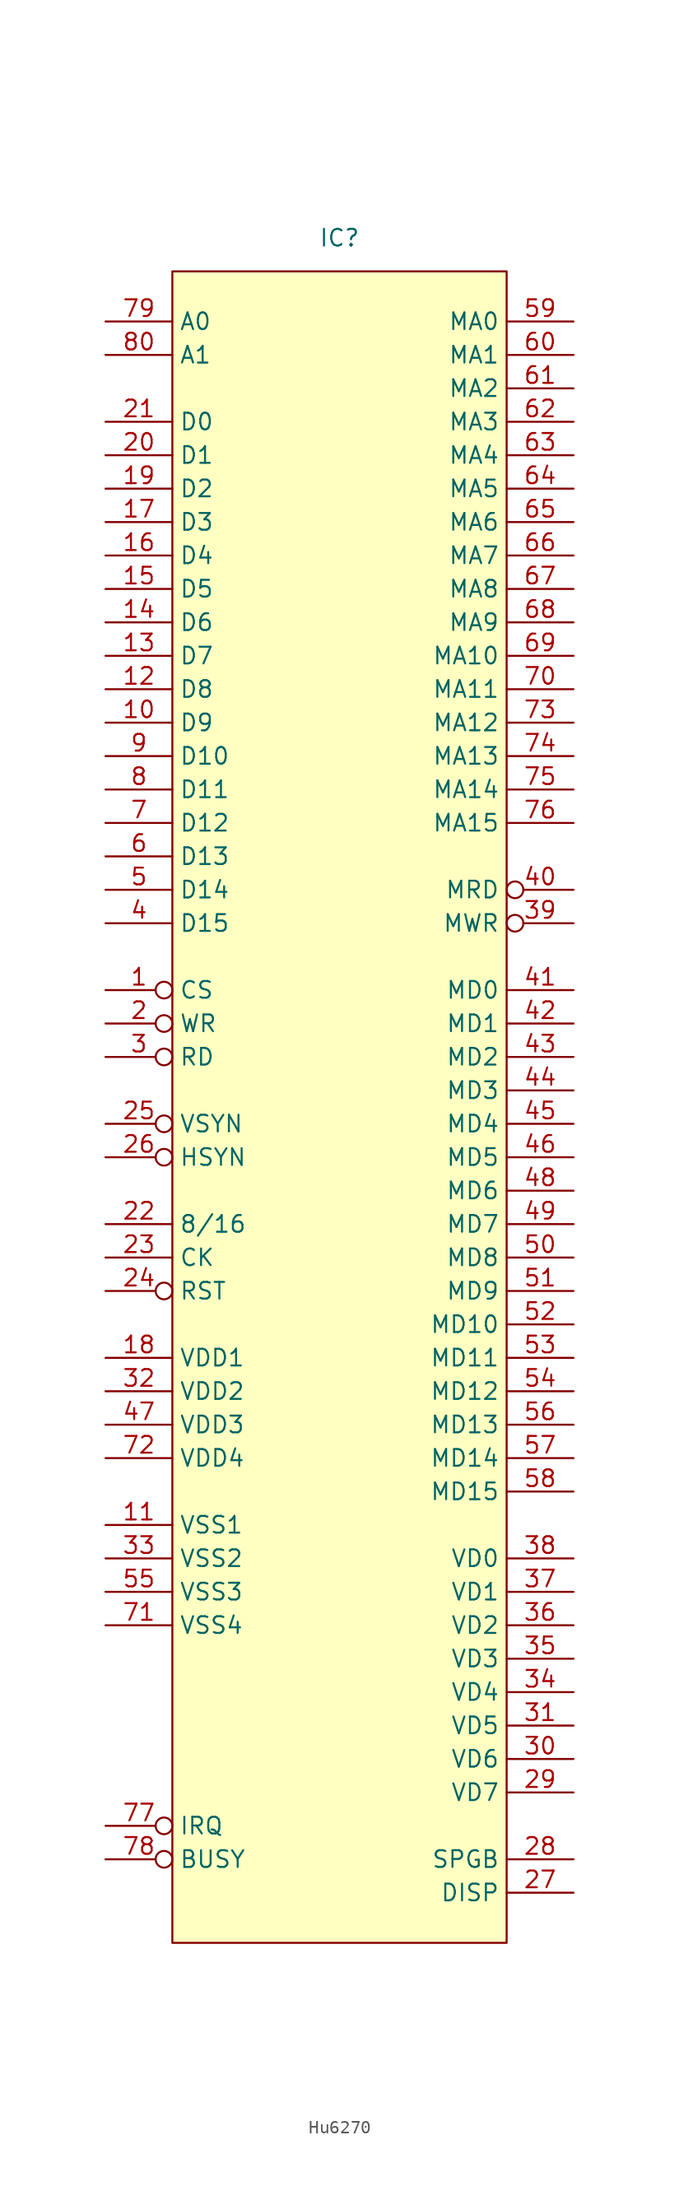
<source format=kicad_sym>
(kicad_symbol_lib
  (version 20220914)
  (generator kicad_symbol_editor)
  (symbol "Hu6270"
    (property "Reference" "IC"
      (at 0 62.23 0)
      (effects (font (size 1.27 1.27))))
    (property "Value" ""
      (at 0 7.62 0)
      (effects (font (size 1.27 1.27))))
    (symbol "Hu6270_1_1"
      (rectangle (start -12.7 59.69) (end 12.7 -67.31) (stroke (width 0) (type default)) (fill (type background)))
      (pin input inverted (at -17.78 5.08 0) (length 5.08) (name "CS" (effects (font (size 1.27 1.27)))) (number "1" (effects (font (size 1.27 1.27)))))
      (pin bidirectional line (at -17.78 25.4 0) (length 5.08) (name "D9" (effects (font (size 1.27 1.27)))) (number "10" (effects (font (size 1.27 1.27)))))
      (pin input line (at -17.78 -35.56 0) (length 5.08) (name "VSS1" (effects (font (size 1.27 1.27)))) (number "11" (effects (font (size 1.27 1.27)))))
      (pin bidirectional line (at -17.78 27.94 0) (length 5.08) (name "D8" (effects (font (size 1.27 1.27)))) (number "12" (effects (font (size 1.27 1.27)))))
      (pin bidirectional line (at -17.78 30.48 0) (length 5.08) (name "D7" (effects (font (size 1.27 1.27)))) (number "13" (effects (font (size 1.27 1.27)))))
      (pin bidirectional line (at -17.78 33.02 0) (length 5.08) (name "D6" (effects (font (size 1.27 1.27)))) (number "14" (effects (font (size 1.27 1.27)))))
      (pin bidirectional line (at -17.78 35.56 0) (length 5.08) (name "D5" (effects (font (size 1.27 1.27)))) (number "15" (effects (font (size 1.27 1.27)))))
      (pin bidirectional line (at -17.78 38.1 0) (length 5.08) (name "D4" (effects (font (size 1.27 1.27)))) (number "16" (effects (font (size 1.27 1.27)))))
      (pin bidirectional line (at -17.78 40.64 0) (length 5.08) (name "D3" (effects (font (size 1.27 1.27)))) (number "17" (effects (font (size 1.27 1.27)))))
      (pin power_in line (at -17.78 -22.86 0) (length 5.08) (name "VDD1" (effects (font (size 1.27 1.27)))) (number "18" (effects (font (size 1.27 1.27)))))
      (pin bidirectional line (at -17.78 43.18 0) (length 5.08) (name "D2" (effects (font (size 1.27 1.27)))) (number "19" (effects (font (size 1.27 1.27)))))
      (pin input inverted (at -17.78 2.54 0) (length 5.08) (name "WR" (effects (font (size 1.27 1.27)))) (number "2" (effects (font (size 1.27 1.27)))))
      (pin bidirectional line (at -17.78 45.72 0) (length 5.08) (name "D1" (effects (font (size 1.27 1.27)))) (number "20" (effects (font (size 1.27 1.27)))))
      (pin bidirectional line (at -17.78 48.26 0) (length 5.08) (name "D0" (effects (font (size 1.27 1.27)))) (number "21" (effects (font (size 1.27 1.27)))))
      (pin input line (at -17.78 -12.7 0) (length 5.08) (name "8/16" (effects (font (size 1.27 1.27)))) (number "22" (effects (font (size 1.27 1.27)))))
      (pin input line (at -17.78 -15.24 0) (length 5.08) (name "CK" (effects (font (size 1.27 1.27)))) (number "23" (effects (font (size 1.27 1.27)))))
      (pin input inverted (at -17.78 -17.78 0) (length 5.08) (name "RST" (effects (font (size 1.27 1.27)))) (number "24" (effects (font (size 1.27 1.27)))))
      (pin input inverted (at -17.78 -5.08 0) (length 5.08) (name "VSYN" (effects (font (size 1.27 1.27)))) (number "25" (effects (font (size 1.27 1.27)))))
      (pin input inverted (at -17.78 -7.62 0) (length 5.08) (name "HSYN" (effects (font (size 1.27 1.27)))) (number "26" (effects (font (size 1.27 1.27)))))
      (pin output line (at 17.78 -63.5 180) (length 5.08) (name "DISP" (effects (font (size 1.27 1.27)))) (number "27" (effects (font (size 1.27 1.27)))))
      (pin output line (at 17.78 -60.96 180) (length 5.08) (name "SPGB" (effects (font (size 1.27 1.27)))) (number "28" (effects (font (size 1.27 1.27)))))
      (pin bidirectional line (at 17.78 -55.88 180) (length 5.08) (name "VD7" (effects (font (size 1.27 1.27)))) (number "29" (effects (font (size 1.27 1.27)))))
      (pin input inverted (at -17.78 0 0) (length 5.08) (name "RD" (effects (font (size 1.27 1.27)))) (number "3" (effects (font (size 1.27 1.27)))))
      (pin bidirectional line (at 17.78 -53.34 180) (length 5.08) (name "VD6" (effects (font (size 1.27 1.27)))) (number "30" (effects (font (size 1.27 1.27)))))
      (pin bidirectional line (at 17.78 -50.8 180) (length 5.08) (name "VD5" (effects (font (size 1.27 1.27)))) (number "31" (effects (font (size 1.27 1.27)))))
      (pin power_in line (at -17.78 -25.4 0) (length 5.08) (name "VDD2" (effects (font (size 1.27 1.27)))) (number "32" (effects (font (size 1.27 1.27)))))
      (pin input line (at -17.78 -38.1 0) (length 5.08) (name "VSS2" (effects (font (size 1.27 1.27)))) (number "33" (effects (font (size 1.27 1.27)))))
      (pin bidirectional line (at 17.78 -48.26 180) (length 5.08) (name "VD4" (effects (font (size 1.27 1.27)))) (number "34" (effects (font (size 1.27 1.27)))))
      (pin bidirectional line (at 17.78 -45.72 180) (length 5.08) (name "VD3" (effects (font (size 1.27 1.27)))) (number "35" (effects (font (size 1.27 1.27)))))
      (pin bidirectional line (at 17.78 -43.18 180) (length 5.08) (name "VD2" (effects (font (size 1.27 1.27)))) (number "36" (effects (font (size 1.27 1.27)))))
      (pin bidirectional line (at 17.78 -40.64 180) (length 5.08) (name "VD1" (effects (font (size 1.27 1.27)))) (number "37" (effects (font (size 1.27 1.27)))))
      (pin bidirectional line (at 17.78 -38.1 180) (length 5.08) (name "VD0" (effects (font (size 1.27 1.27)))) (number "38" (effects (font (size 1.27 1.27)))))
      (pin output inverted (at 17.78 10.16 180) (length 5.08) (name "MWR" (effects (font (size 1.27 1.27)))) (number "39" (effects (font (size 1.27 1.27)))))
      (pin bidirectional line (at -17.78 10.16 0) (length 5.08) (name "D15" (effects (font (size 1.27 1.27)))) (number "4" (effects (font (size 1.27 1.27)))))
      (pin output inverted (at 17.78 12.7 180) (length 5.08) (name "MRD" (effects (font (size 1.27 1.27)))) (number "40" (effects (font (size 1.27 1.27)))))
      (pin bidirectional line (at 17.78 5.08 180) (length 5.08) (name "MD0" (effects (font (size 1.27 1.27)))) (number "41" (effects (font (size 1.27 1.27)))))
      (pin bidirectional line (at 17.78 2.54 180) (length 5.08) (name "MD1" (effects (font (size 1.27 1.27)))) (number "42" (effects (font (size 1.27 1.27)))))
      (pin bidirectional line (at 17.78 0 180) (length 5.08) (name "MD2" (effects (font (size 1.27 1.27)))) (number "43" (effects (font (size 1.27 1.27)))))
      (pin bidirectional line (at 17.78 -2.54 180) (length 5.08) (name "MD3" (effects (font (size 1.27 1.27)))) (number "44" (effects (font (size 1.27 1.27)))))
      (pin bidirectional line (at 17.78 -5.08 180) (length 5.08) (name "MD4" (effects (font (size 1.27 1.27)))) (number "45" (effects (font (size 1.27 1.27)))))
      (pin bidirectional line (at 17.78 -7.62 180) (length 5.08) (name "MD5" (effects (font (size 1.27 1.27)))) (number "46" (effects (font (size 1.27 1.27)))))
      (pin power_in line (at -17.78 -27.94 0) (length 5.08) (name "VDD3" (effects (font (size 1.27 1.27)))) (number "47" (effects (font (size 1.27 1.27)))))
      (pin bidirectional line (at 17.78 -10.16 180) (length 5.08) (name "MD6" (effects (font (size 1.27 1.27)))) (number "48" (effects (font (size 1.27 1.27)))))
      (pin bidirectional line (at 17.78 -12.7 180) (length 5.08) (name "MD7" (effects (font (size 1.27 1.27)))) (number "49" (effects (font (size 1.27 1.27)))))
      (pin bidirectional line (at -17.78 12.7 0) (length 5.08) (name "D14" (effects (font (size 1.27 1.27)))) (number "5" (effects (font (size 1.27 1.27)))))
      (pin bidirectional line (at 17.78 -15.24 180) (length 5.08) (name "MD8" (effects (font (size 1.27 1.27)))) (number "50" (effects (font (size 1.27 1.27)))))
      (pin bidirectional line (at 17.78 -17.78 180) (length 5.08) (name "MD9" (effects (font (size 1.27 1.27)))) (number "51" (effects (font (size 1.27 1.27)))))
      (pin bidirectional line (at 17.78 -20.32 180) (length 5.08) (name "MD10" (effects (font (size 1.27 1.27)))) (number "52" (effects (font (size 1.27 1.27)))))
      (pin bidirectional line (at 17.78 -22.86 180) (length 5.08) (name "MD11" (effects (font (size 1.27 1.27)))) (number "53" (effects (font (size 1.27 1.27)))))
      (pin bidirectional line (at 17.78 -25.4 180) (length 5.08) (name "MD12" (effects (font (size 1.27 1.27)))) (number "54" (effects (font (size 1.27 1.27)))))
      (pin input line (at -17.78 -40.64 0) (length 5.08) (name "VSS3" (effects (font (size 1.27 1.27)))) (number "55" (effects (font (size 1.27 1.27)))))
      (pin bidirectional line (at 17.78 -27.94 180) (length 5.08) (name "MD13" (effects (font (size 1.27 1.27)))) (number "56" (effects (font (size 1.27 1.27)))))
      (pin bidirectional line (at 17.78 -30.48 180) (length 5.08) (name "MD14" (effects (font (size 1.27 1.27)))) (number "57" (effects (font (size 1.27 1.27)))))
      (pin bidirectional line (at 17.78 -33.02 180) (length 5.08) (name "MD15" (effects (font (size 1.27 1.27)))) (number "58" (effects (font (size 1.27 1.27)))))
      (pin output line (at 17.78 55.88 180) (length 5.08) (name "MA0" (effects (font (size 1.27 1.27)))) (number "59" (effects (font (size 1.27 1.27)))))
      (pin bidirectional line (at -17.78 15.24 0) (length 5.08) (name "D13" (effects (font (size 1.27 1.27)))) (number "6" (effects (font (size 1.27 1.27)))))
      (pin output line (at 17.78 53.34 180) (length 5.08) (name "MA1" (effects (font (size 1.27 1.27)))) (number "60" (effects (font (size 1.27 1.27)))))
      (pin output line (at 17.78 50.8 180) (length 5.08) (name "MA2" (effects (font (size 1.27 1.27)))) (number "61" (effects (font (size 1.27 1.27)))))
      (pin output line (at 17.78 48.26 180) (length 5.08) (name "MA3" (effects (font (size 1.27 1.27)))) (number "62" (effects (font (size 1.27 1.27)))))
      (pin output line (at 17.78 45.72 180) (length 5.08) (name "MA4" (effects (font (size 1.27 1.27)))) (number "63" (effects (font (size 1.27 1.27)))))
      (pin output line (at 17.78 43.18 180) (length 5.08) (name "MA5" (effects (font (size 1.27 1.27)))) (number "64" (effects (font (size 1.27 1.27)))))
      (pin output line (at 17.78 40.64 180) (length 5.08) (name "MA6" (effects (font (size 1.27 1.27)))) (number "65" (effects (font (size 1.27 1.27)))))
      (pin output line (at 17.78 38.1 180) (length 5.08) (name "MA7" (effects (font (size 1.27 1.27)))) (number "66" (effects (font (size 1.27 1.27)))))
      (pin output line (at 17.78 35.56 180) (length 5.08) (name "MA8" (effects (font (size 1.27 1.27)))) (number "67" (effects (font (size 1.27 1.27)))))
      (pin output line (at 17.78 33.02 180) (length 5.08) (name "MA9" (effects (font (size 1.27 1.27)))) (number "68" (effects (font (size 1.27 1.27)))))
      (pin output line (at 17.78 30.48 180) (length 5.08) (name "MA10" (effects (font (size 1.27 1.27)))) (number "69" (effects (font (size 1.27 1.27)))))
      (pin bidirectional line (at -17.78 17.78 0) (length 5.08) (name "D12" (effects (font (size 1.27 1.27)))) (number "7" (effects (font (size 1.27 1.27)))))
      (pin output line (at 17.78 27.94 180) (length 5.08) (name "MA11" (effects (font (size 1.27 1.27)))) (number "70" (effects (font (size 1.27 1.27)))))
      (pin input line (at -17.78 -43.18 0) (length 5.08) (name "VSS4" (effects (font (size 1.27 1.27)))) (number "71" (effects (font (size 1.27 1.27)))))
      (pin power_in line (at -17.78 -30.48 0) (length 5.08) (name "VDD4" (effects (font (size 1.27 1.27)))) (number "72" (effects (font (size 1.27 1.27)))))
      (pin output line (at 17.78 25.4 180) (length 5.08) (name "MA12" (effects (font (size 1.27 1.27)))) (number "73" (effects (font (size 1.27 1.27)))))
      (pin output line (at 17.78 22.86 180) (length 5.08) (name "MA13" (effects (font (size 1.27 1.27)))) (number "74" (effects (font (size 1.27 1.27)))))
      (pin output line (at 17.78 20.32 180) (length 5.08) (name "MA14" (effects (font (size 1.27 1.27)))) (number "75" (effects (font (size 1.27 1.27)))))
      (pin output line (at 17.78 17.78 180) (length 5.08) (name "MA15" (effects (font (size 1.27 1.27)))) (number "76" (effects (font (size 1.27 1.27)))))
      (pin input inverted (at -17.78 -58.42 0) (length 5.08) (name "IRQ" (effects (font (size 1.27 1.27)))) (number "77" (effects (font (size 1.27 1.27)))))
      (pin input inverted (at -17.78 -60.96 0) (length 5.08) (name "BUSY" (effects (font (size 1.27 1.27)))) (number "78" (effects (font (size 1.27 1.27)))))
      (pin input line (at -17.78 55.88 0) (length 5.08) (name "A0" (effects (font (size 1.27 1.27)))) (number "79" (effects (font (size 1.27 1.27)))))
      (pin bidirectional line (at -17.78 20.32 0) (length 5.08) (name "D11" (effects (font (size 1.27 1.27)))) (number "8" (effects (font (size 1.27 1.27)))))
      (pin input line (at -17.78 53.34 0) (length 5.08) (name "A1" (effects (font (size 1.27 1.27)))) (number "80" (effects (font (size 1.27 1.27)))))
      (pin bidirectional line (at -17.78 22.86 0) (length 5.08) (name "D10" (effects (font (size 1.27 1.27)))) (number "9" (effects (font (size 1.27 1.27))))))))
</source>
